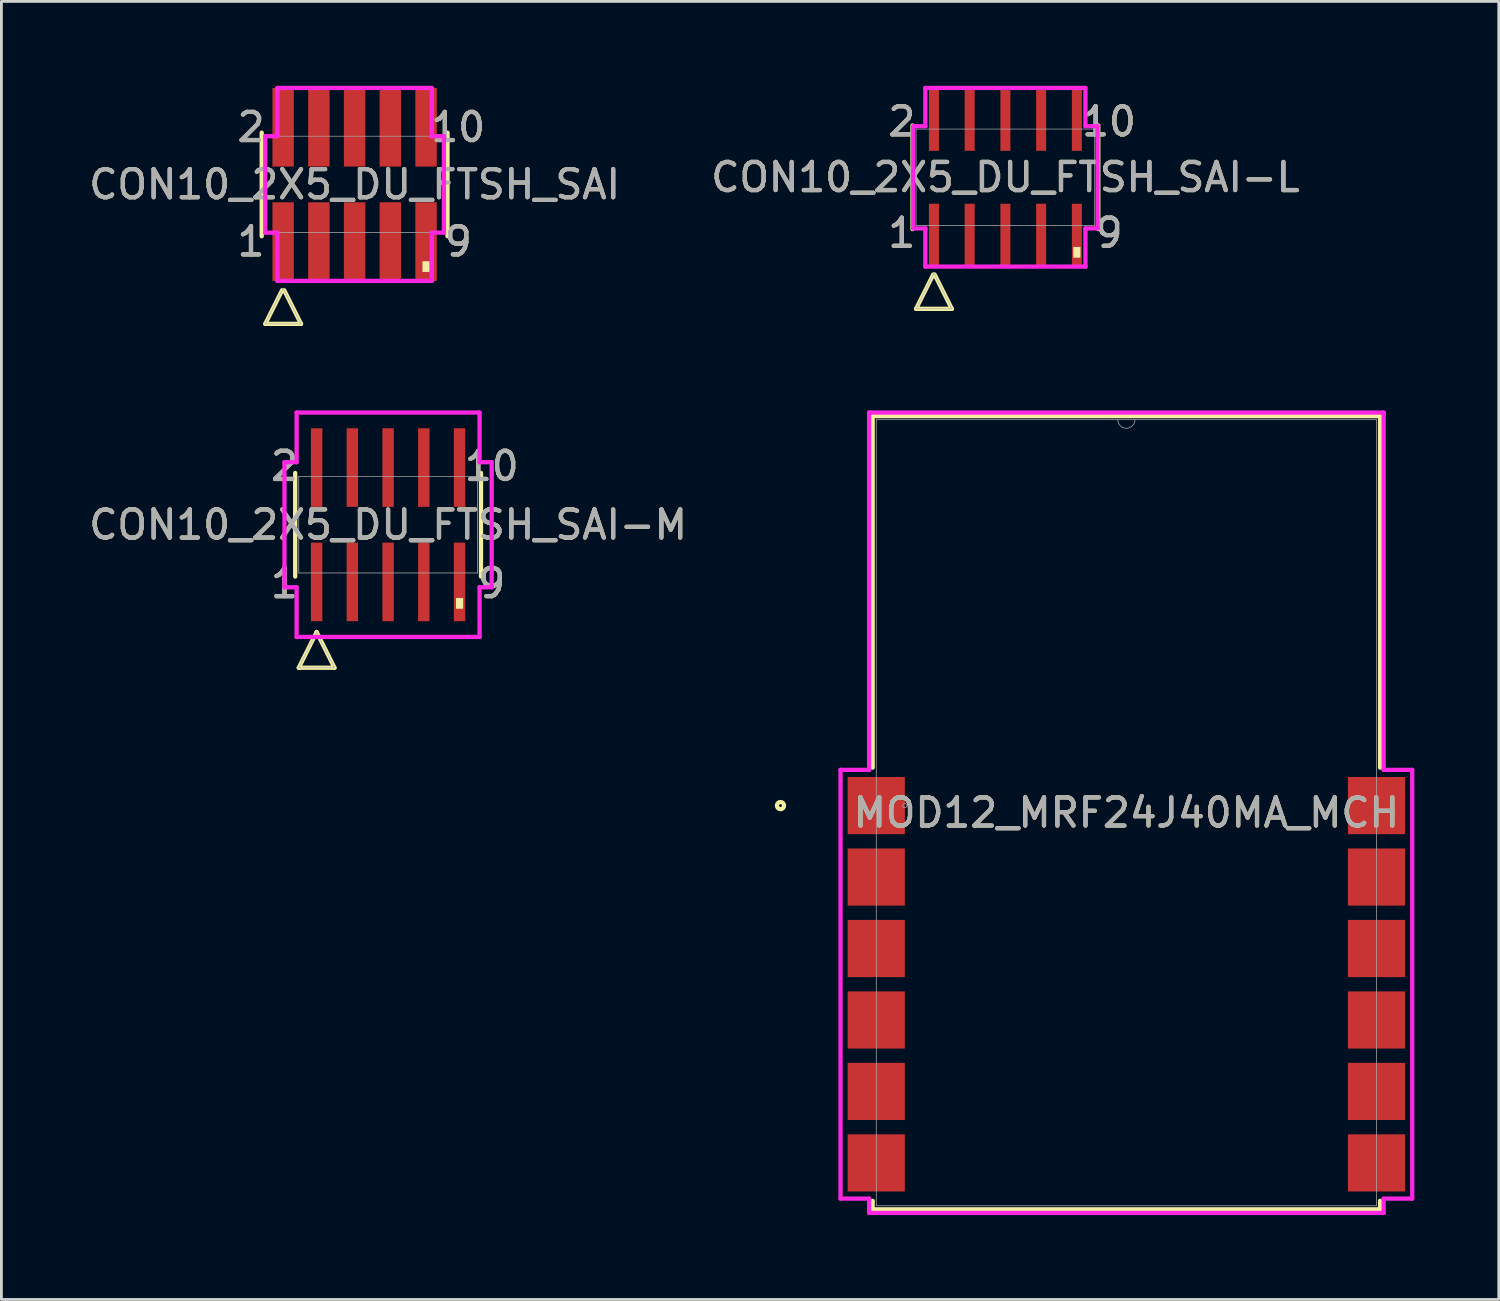
<source format=kicad_pcb>
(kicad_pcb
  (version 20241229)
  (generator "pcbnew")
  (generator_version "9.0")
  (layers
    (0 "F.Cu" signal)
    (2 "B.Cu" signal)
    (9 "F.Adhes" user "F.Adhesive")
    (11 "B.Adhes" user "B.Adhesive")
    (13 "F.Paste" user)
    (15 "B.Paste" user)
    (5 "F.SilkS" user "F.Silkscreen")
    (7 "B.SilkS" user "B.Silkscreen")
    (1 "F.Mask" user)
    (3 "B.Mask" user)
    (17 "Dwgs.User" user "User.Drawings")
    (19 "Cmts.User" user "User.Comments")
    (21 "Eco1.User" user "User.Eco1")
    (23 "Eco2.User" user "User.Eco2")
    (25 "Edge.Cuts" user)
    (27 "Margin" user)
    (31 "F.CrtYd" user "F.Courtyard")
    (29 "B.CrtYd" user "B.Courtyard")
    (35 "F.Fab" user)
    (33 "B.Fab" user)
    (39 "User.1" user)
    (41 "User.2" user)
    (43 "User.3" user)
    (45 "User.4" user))
  (footprint "CON10_2X5_DU_FTSH_SAI"
    (layer "F.Cu")
    (at 9.554 3.505)
    (property "Reference" "CON10_2X5_DU_FTSH_SAI" (at 0 0 0) (unlocked yes) (layer "F.SilkS") (effects (font (size 1 1) (thickness 0.15))))
    (attr smd)
    (fp_line (start -3.302 -1.841) (end -3.302 1.841) (stroke (width 0.152) (type solid)) (layer "F.SilkS"))
    (fp_line (start -3.175 4.956) (end -2.578 3.762) (stroke (width 0.152) (type solid)) (layer "F.SilkS"))
    (fp_line (start -2.502 3.762) (end -1.905 4.956) (stroke (width 0.152) (type solid)) (layer "F.SilkS"))
    (fp_line (start -1.905 4.956) (end -3.175 4.956) (stroke (width 0.152) (type solid)) (layer "F.SilkS"))
    (fp_line (start 3.302 1.841) (end 3.302 -1.841) (stroke (width 0.152) (type solid)) (layer "F.SilkS"))
    (fp_poly (pts (xy 2.413 2.731) (xy 2.413 3.111) (xy 2.667 3.111) (xy 2.667 2.731)) (stroke (width 0) (type solid)) (fill yes) (layer "F.SilkS"))
    (fp_line (start -3.175 -1.714) (end -2.743 -1.714) (stroke (width 0.152) (type solid)) (layer "F.CrtYd"))
    (fp_line (start -3.175 1.714) (end -3.175 -1.714) (stroke (width 0.152) (type solid)) (layer "F.CrtYd"))
    (fp_line (start -2.743 -1.714) (end -2.743 -3.429) (stroke (width 0.152) (type solid)) (layer "F.CrtYd"))
    (fp_line (start -2.743 1.714) (end -3.175 1.714) (stroke (width 0.152) (type solid)) (layer "F.CrtYd"))
    (fp_line (start -2.743 3.429) (end -2.743 1.714) (stroke (width 0.152) (type solid)) (layer "F.CrtYd"))
    (fp_line (start -2.743 3.429) (end 2.743 3.429) (stroke (width 0.152) (type solid)) (layer "F.CrtYd"))
    (fp_line (start 2.743 -3.429) (end -2.743 -3.429) (stroke (width 0.152) (type solid)) (layer "F.CrtYd"))
    (fp_line (start 2.743 -3.429) (end 2.743 -1.714) (stroke (width 0.152) (type solid)) (layer "F.CrtYd"))
    (fp_line (start 2.743 -1.714) (end 3.175 -1.714) (stroke (width 0.152) (type solid)) (layer "F.CrtYd"))
    (fp_line (start 2.743 1.714) (end 2.743 3.429) (stroke (width 0.152) (type solid)) (layer "F.CrtYd"))
    (fp_line (start 3.175 -1.714) (end 3.175 1.714) (stroke (width 0.152) (type solid)) (layer "F.CrtYd"))
    (fp_line (start 3.175 1.714) (end 2.743 1.714) (stroke (width 0.152) (type solid)) (layer "F.CrtYd"))
    (fp_line (start -3.175 -1.714) (end -3.175 1.714) (stroke (width 0.025) (type solid)) (layer "F.Fab"))
    (fp_line (start -3.175 1.714) (end 3.175 1.714) (stroke (width 0.025) (type solid)) (layer "F.Fab"))
    (fp_line (start -3.175 4.956) (end -2.54 3.686) (stroke (width 0.025) (type solid)) (layer "F.Fab"))
    (fp_line (start -2.54 3.686) (end -1.905 4.956) (stroke (width 0.025) (type solid)) (layer "F.Fab"))
    (fp_line (start -1.905 4.956) (end -3.175 4.956) (stroke (width 0.025) (type solid)) (layer "F.Fab"))
    (fp_line (start 3.175 -1.714) (end -3.175 -1.714) (stroke (width 0.025) (type solid)) (layer "F.Fab"))
    (fp_line (start 3.175 1.714) (end 3.175 -1.714) (stroke (width 0.025) (type solid)) (layer "F.Fab"))
    (fp_text user "2" (at -3.683 -2.032 0) (unlocked yes) (layer "F.SilkS") (effects (font (size 1 1) (thickness 0.15))))
    (fp_text user "1" (at -3.683 2.032 0) (unlocked yes) (layer "F.SilkS") (effects (font (size 1 1) (thickness 0.15))))
    (fp_text user "9" (at 3.683 2.032 0) (unlocked yes) (layer "F.SilkS") (effects (font (size 1 1) (thickness 0.15))))
    (fp_text user "10" (at 3.683 -2.032 0) (unlocked yes) (layer "F.SilkS") (effects (font (size 1 1) (thickness 0.15))))
    (fp_text user "10" (at 3.683 -2.032 0) (unlocked yes) (layer "F.Fab") (effects (font (size 1 1) (thickness 0.15))))
    (fp_text user "1" (at -3.683 2.032 0) (unlocked yes) (layer "F.Fab") (effects (font (size 1 1) (thickness 0.15))))
    (fp_text user "9" (at 3.683 2.032 0) (unlocked yes) (layer "F.Fab") (effects (font (size 1 1) (thickness 0.15))))
    (fp_text user "${REFERENCE}" (at 0 0 0) (unlocked yes) (layer "F.Fab") (effects (font (size 1 1) (thickness 0.15))))
    (fp_text user "2" (at -3.683 -2.032 0) (unlocked yes) (layer "F.Fab") (effects (font (size 1 1) (thickness 0.15))))
    (pad "1" smd rect (at -2.54 2.032) (size 0.762 2.794) (layers "F.Cu" "F.Mask" "F.Paste"))
    (pad "2" smd rect (at -2.54 -2.032) (size 0.762 2.794) (layers "F.Cu" "F.Mask" "F.Paste"))
    (pad "3" smd rect (at -1.27 2.032) (size 0.762 2.794) (layers "F.Cu" "F.Mask" "F.Paste"))
    (pad "4" smd rect (at -1.27 -2.032) (size 0.762 2.794) (layers "F.Cu" "F.Mask" "F.Paste"))
    (pad "5" smd rect (at 0 2.032) (size 0.762 2.794) (layers "F.Cu" "F.Mask" "F.Paste"))
    (pad "6" smd rect (at 0 -2.032) (size 0.762 2.794) (layers "F.Cu" "F.Mask" "F.Paste"))
    (pad "7" smd rect (at 1.27 2.032) (size 0.762 2.794) (layers "F.Cu" "F.Mask" "F.Paste"))
    (pad "8" smd rect (at 1.27 -2.032) (size 0.762 2.794) (layers "F.Cu" "F.Mask" "F.Paste"))
    (pad "9" smd rect (at 2.54 2.032) (size 0.762 2.794) (layers "F.Cu" "F.Mask" "F.Paste"))
    (pad "10" smd rect (at 2.54 -2.032) (size 0.762 2.794) (layers "F.Cu" "F.Mask" "F.Paste")))
  (footprint "CON10_2X5_DU_FTSH_SAI-M"
    (layer "F.Cu")
    (at 10.744 15.601)
    (property "Reference" "CON10_2X5_DU_FTSH_SAI-M" (at 0 0 0) (unlocked yes) (layer "F.SilkS") (effects (font (size 1 1) (thickness 0.15))))
    (attr smd)
    (fp_line (start -3.302 -1.841) (end -3.302 1.841) (stroke (width 0.152) (type solid)) (layer "F.SilkS"))
    (fp_line (start -3.175 5.083) (end -2.54 3.813) (stroke (width 0.152) (type solid)) (layer "F.SilkS"))
    (fp_line (start -2.54 3.813) (end -1.905 5.083) (stroke (width 0.152) (type solid)) (layer "F.SilkS"))
    (fp_line (start -1.905 5.083) (end -3.175 5.083) (stroke (width 0.152) (type solid)) (layer "F.SilkS"))
    (fp_line (start 3.302 1.841) (end 3.302 -1.841) (stroke (width 0.152) (type solid)) (layer "F.SilkS"))
    (fp_poly (pts (xy 2.413 2.603) (xy 2.413 2.985) (xy 2.667 2.985) (xy 2.667 2.603)) (stroke (width 0) (type solid)) (fill yes) (layer "F.SilkS"))
    (fp_line (start -3.683 -2.223) (end -3.251 -2.223) (stroke (width 0.152) (type solid)) (layer "F.CrtYd"))
    (fp_line (start -3.683 2.223) (end -3.683 -2.223) (stroke (width 0.152) (type solid)) (layer "F.CrtYd"))
    (fp_line (start -3.251 -2.223) (end -3.251 -3.988) (stroke (width 0.152) (type solid)) (layer "F.CrtYd"))
    (fp_line (start -3.251 2.223) (end -3.683 2.223) (stroke (width 0.152) (type solid)) (layer "F.CrtYd"))
    (fp_line (start -3.251 3.988) (end -3.251 2.223) (stroke (width 0.152) (type solid)) (layer "F.CrtYd"))
    (fp_line (start -3.251 3.988) (end 3.251 3.988) (stroke (width 0.152) (type solid)) (layer "F.CrtYd"))
    (fp_line (start 3.251 -3.988) (end -3.251 -3.988) (stroke (width 0.152) (type solid)) (layer "F.CrtYd"))
    (fp_line (start 3.251 -3.988) (end 3.251 -2.223) (stroke (width 0.152) (type solid)) (layer "F.CrtYd"))
    (fp_line (start 3.251 -2.223) (end 3.683 -2.223) (stroke (width 0.152) (type solid)) (layer "F.CrtYd"))
    (fp_line (start 3.251 2.223) (end 3.251 3.988) (stroke (width 0.152) (type solid)) (layer "F.CrtYd"))
    (fp_line (start 3.683 -2.223) (end 3.683 2.223) (stroke (width 0.152) (type solid)) (layer "F.CrtYd"))
    (fp_line (start 3.683 2.223) (end 3.251 2.223) (stroke (width 0.152) (type solid)) (layer "F.CrtYd"))
    (fp_line (start -3.175 -1.714) (end -3.175 1.714) (stroke (width 0.025) (type solid)) (layer "F.Fab"))
    (fp_line (start -3.175 1.714) (end 3.175 1.714) (stroke (width 0.025) (type solid)) (layer "F.Fab"))
    (fp_line (start -3.175 5.083) (end -2.54 3.813) (stroke (width 0.025) (type solid)) (layer "F.Fab"))
    (fp_line (start -2.54 3.813) (end -1.905 5.083) (stroke (width 0.025) (type solid)) (layer "F.Fab"))
    (fp_line (start -1.905 5.083) (end -3.175 5.083) (stroke (width 0.025) (type solid)) (layer "F.Fab"))
    (fp_line (start 3.175 -1.714) (end -3.175 -1.714) (stroke (width 0.025) (type solid)) (layer "F.Fab"))
    (fp_line (start 3.175 1.714) (end 3.175 -1.714) (stroke (width 0.025) (type solid)) (layer "F.Fab"))
    (fp_text user "2" (at -3.683 -2.083 0) (unlocked yes) (layer "F.SilkS") (effects (font (size 1 1) (thickness 0.15))))
    (fp_text user "10" (at 3.683 -2.083 0) (unlocked yes) (layer "F.SilkS") (effects (font (size 1 1) (thickness 0.15))))
    (fp_text user "9" (at 3.683 2.083 0) (unlocked yes) (layer "F.SilkS") (effects (font (size 1 1) (thickness 0.15))))
    (fp_text user "1" (at -3.683 2.083 0) (unlocked yes) (layer "F.SilkS") (effects (font (size 1 1) (thickness 0.15))))
    (fp_text user "9" (at 3.683 2.083 0) (unlocked yes) (layer "F.Fab") (effects (font (size 1 1) (thickness 0.15))))
    (fp_text user "1" (at -3.683 2.083 0) (unlocked yes) (layer "F.Fab") (effects (font (size 1 1) (thickness 0.15))))
    (fp_text user "2" (at -3.683 -2.083 0) (unlocked yes) (layer "F.Fab") (effects (font (size 1 1) (thickness 0.15))))
    (fp_text user "10" (at 3.683 -2.083 0) (unlocked yes) (layer "F.Fab") (effects (font (size 1 1) (thickness 0.15))))
    (fp_text user "${REFERENCE}" (at 0 0 0) (unlocked yes) (layer "F.Fab") (effects (font (size 1 1) (thickness 0.15))))
    (pad "1" smd rect (at -2.54 2.032) (size 0.406 2.794) (layers "F.Cu" "F.Mask" "F.Paste"))
    (pad "2" smd rect (at -2.54 -2.032) (size 0.406 2.794) (layers "F.Cu" "F.Mask" "F.Paste"))
    (pad "3" smd rect (at -1.27 2.032) (size 0.406 2.794) (layers "F.Cu" "F.Mask" "F.Paste"))
    (pad "4" smd rect (at -1.27 -2.032) (size 0.406 2.794) (layers "F.Cu" "F.Mask" "F.Paste"))
    (pad "5" smd rect (at 0 2.032) (size 0.406 2.794) (layers "F.Cu" "F.Mask" "F.Paste"))
    (pad "6" smd rect (at 0 -2.032) (size 0.406 2.794) (layers "F.Cu" "F.Mask" "F.Paste"))
    (pad "7" smd rect (at 1.27 2.032) (size 0.406 2.794) (layers "F.Cu" "F.Mask" "F.Paste"))
    (pad "8" smd rect (at 1.27 -2.032) (size 0.406 2.794) (layers "F.Cu" "F.Mask" "F.Paste"))
    (pad "9" smd rect (at 2.54 2.032) (size 0.406 2.794) (layers "F.Cu" "F.Mask" "F.Paste"))
    (pad "10" smd rect (at 2.54 -2.032) (size 0.406 2.794) (layers "F.Cu" "F.Mask" "F.Paste")))
  (footprint "CON10_2X5_DU_FTSH_SAI-L"
    (layer "F.Cu")
    (at 32.685 3.251)
    (property "Reference" "CON10_2X5_DU_FTSH_SAI-L" (at 0 0 0) (unlocked yes) (layer "F.SilkS") (effects (font (size 1 1) (thickness 0.15))))
    (attr smd)
    (fp_line (start -3.302 -1.841) (end -3.302 1.841) (stroke (width 0.152) (type solid)) (layer "F.SilkS"))
    (fp_line (start -3.175 4.676) (end -2.565 3.457) (stroke (width 0.152) (type solid)) (layer "F.SilkS"))
    (fp_line (start -2.515 3.457) (end -1.905 4.676) (stroke (width 0.152) (type solid)) (layer "F.SilkS"))
    (fp_line (start -1.905 4.676) (end -3.175 4.676) (stroke (width 0.152) (type solid)) (layer "F.SilkS"))
    (fp_line (start 3.302 1.841) (end 3.302 -1.841) (stroke (width 0.152) (type solid)) (layer "F.SilkS"))
    (fp_poly (pts (xy 2.413 2.477) (xy 2.413 2.857) (xy 2.667 2.857) (xy 2.667 2.477)) (stroke (width 0) (type solid)) (fill yes) (layer "F.SilkS"))
    (fp_line (start -3.277 -1.816) (end -2.845 -1.816) (stroke (width 0.152) (type solid)) (layer "F.CrtYd"))
    (fp_line (start -3.277 1.816) (end -3.277 -1.816) (stroke (width 0.152) (type solid)) (layer "F.CrtYd"))
    (fp_line (start -2.845 -1.816) (end -2.845 -3.175) (stroke (width 0.152) (type solid)) (layer "F.CrtYd"))
    (fp_line (start -2.845 1.816) (end -3.277 1.816) (stroke (width 0.152) (type solid)) (layer "F.CrtYd"))
    (fp_line (start -2.845 3.175) (end -2.845 1.816) (stroke (width 0.152) (type solid)) (layer "F.CrtYd"))
    (fp_line (start -2.845 3.175) (end 2.845 3.175) (stroke (width 0.152) (type solid)) (layer "F.CrtYd"))
    (fp_line (start 2.845 -3.175) (end -2.845 -3.175) (stroke (width 0.152) (type solid)) (layer "F.CrtYd"))
    (fp_line (start 2.845 -3.175) (end 2.845 -1.816) (stroke (width 0.152) (type solid)) (layer "F.CrtYd"))
    (fp_line (start 2.845 -1.816) (end 3.277 -1.816) (stroke (width 0.152) (type solid)) (layer "F.CrtYd"))
    (fp_line (start 2.845 1.816) (end 2.845 3.175) (stroke (width 0.152) (type solid)) (layer "F.CrtYd"))
    (fp_line (start 3.277 -1.816) (end 3.277 1.816) (stroke (width 0.152) (type solid)) (layer "F.CrtYd"))
    (fp_line (start 3.277 1.816) (end 2.845 1.816) (stroke (width 0.152) (type solid)) (layer "F.CrtYd"))
    (fp_line (start -3.175 -1.714) (end -3.175 1.714) (stroke (width 0.025) (type solid)) (layer "F.Fab"))
    (fp_line (start -3.175 1.714) (end 3.175 1.714) (stroke (width 0.025) (type solid)) (layer "F.Fab"))
    (fp_line (start -3.175 4.676) (end -2.54 3.406) (stroke (width 0.025) (type solid)) (layer "F.Fab"))
    (fp_line (start -2.54 3.406) (end -1.905 4.676) (stroke (width 0.025) (type solid)) (layer "F.Fab"))
    (fp_line (start -1.905 4.676) (end -3.175 4.676) (stroke (width 0.025) (type solid)) (layer "F.Fab"))
    (fp_line (start 3.175 -1.714) (end -3.175 -1.714) (stroke (width 0.025) (type solid)) (layer "F.Fab"))
    (fp_line (start 3.175 1.714) (end 3.175 -1.714) (stroke (width 0.025) (type solid)) (layer "F.Fab"))
    (fp_text user "10" (at 3.683 -1.981 0) (unlocked yes) (layer "F.SilkS") (effects (font (size 1 1) (thickness 0.15))))
    (fp_text user "2" (at -3.683 -1.981 0) (unlocked yes) (layer "F.SilkS") (effects (font (size 1 1) (thickness 0.15))))
    (fp_text user "1" (at -3.683 1.981 0) (unlocked yes) (layer "F.SilkS") (effects (font (size 1 1) (thickness 0.15))))
    (fp_text user "9" (at 3.683 1.981 0) (unlocked yes) (layer "F.SilkS") (effects (font (size 1 1) (thickness 0.15))))
    (fp_text user "2" (at -3.683 -1.981 0) (unlocked yes) (layer "F.Fab") (effects (font (size 1 1) (thickness 0.15))))
    (fp_text user "9" (at 3.683 1.981 0) (unlocked yes) (layer "F.Fab") (effects (font (size 1 1) (thickness 0.15))))
    (fp_text user "10" (at 3.683 -1.981 0) (unlocked yes) (layer "F.Fab") (effects (font (size 1 1) (thickness 0.15))))
    (fp_text user "1" (at -3.683 1.981 0) (unlocked yes) (layer "F.Fab") (effects (font (size 1 1) (thickness 0.15))))
    (fp_text user "${REFERENCE}" (at 0 0 0) (unlocked yes) (layer "F.Fab") (effects (font (size 1 1) (thickness 0.15))))
    (pad "1" smd rect (at -2.54 2.032) (size 0.356 2.184) (layers "F.Cu" "F.Mask" "F.Paste"))
    (pad "2" smd rect (at -2.54 -2.032) (size 0.356 2.184) (layers "F.Cu" "F.Mask" "F.Paste"))
    (pad "3" smd rect (at -1.27 2.032) (size 0.356 2.184) (layers "F.Cu" "F.Mask" "F.Paste"))
    (pad "4" smd rect (at -1.27 -2.032) (size 0.356 2.184) (layers "F.Cu" "F.Mask" "F.Paste"))
    (pad "5" smd rect (at 0 2.032) (size 0.356 2.184) (layers "F.Cu" "F.Mask" "F.Paste"))
    (pad "6" smd rect (at 0 -2.032) (size 0.356 2.184) (layers "F.Cu" "F.Mask" "F.Paste"))
    (pad "7" smd rect (at 1.27 2.032) (size 0.356 2.184) (layers "F.Cu" "F.Mask" "F.Paste"))
    (pad "8" smd rect (at 1.27 -2.032) (size 0.356 2.184) (layers "F.Cu" "F.Mask" "F.Paste"))
    (pad "9" smd rect (at 2.54 2.032) (size 0.356 2.184) (layers "F.Cu" "F.Mask" "F.Paste"))
    (pad "10" smd rect (at 2.54 -2.032) (size 0.356 2.184) (layers "F.Cu" "F.Mask" "F.Paste")))
  (footprint "MOD12_MRF24J40MA_MCH"
    (layer "F.Cu")
    (at 36.985 25.837)
    (property "Reference" "MOD12_MRF24J40MA_MCH" (at 0 0 0) (unlocked yes) (layer "F.SilkS") (effects (font (size 1 1) (thickness 0.15))))
    (attr smd)
    (fp_line (start -9.017 -14.097) (end -9.017 -1.603) (stroke (width 0.152) (type solid)) (layer "F.SilkS"))
    (fp_line (start -9.017 13.795) (end -9.017 14.097) (stroke (width 0.152) (type solid)) (layer "F.SilkS"))
    (fp_line (start -9.017 14.097) (end 9.017 14.097) (stroke (width 0.152) (type solid)) (layer "F.SilkS"))
    (fp_line (start 9.017 -14.097) (end -9.017 -14.097) (stroke (width 0.152) (type solid)) (layer "F.SilkS"))
    (fp_line (start 9.017 -1.603) (end 9.017 -14.097) (stroke (width 0.152) (type solid)) (layer "F.SilkS"))
    (fp_line (start 9.017 14.097) (end 9.017 13.795) (stroke (width 0.152) (type solid)) (layer "F.SilkS"))
    (fp_circle (center -12.294 -0.254) (end -12.167 -0.254) (stroke (width 0.152) (type solid)) (fill no) (layer "F.SilkS"))
    (fp_poly (pts (xy -8.89 -13.97) (xy -8.89 -2.032) (xy 8.89 -2.032) (xy 8.89 -13.97)) (stroke (width 0.1) (type solid)) (fill no) (layer "Eco2.User"))
    (fp_poly (pts (xy -3.81 1.524) (xy -3.81 -2.032) (xy 1.524 -2.032) (xy 1.524 1.524)) (stroke (width 0.1) (type solid)) (fill no) (layer "Eco2.User"))
    (fp_line (start -10.16 -1.524) (end -10.16 13.716) (stroke (width 0.152) (type solid)) (layer "F.CrtYd"))
    (fp_line (start -10.16 13.716) (end -9.144 13.716) (stroke (width 0.152) (type solid)) (layer "F.CrtYd"))
    (fp_line (start -9.144 -14.224) (end -9.144 -1.524) (stroke (width 0.152) (type solid)) (layer "F.CrtYd"))
    (fp_line (start -9.144 -1.524) (end -10.16 -1.524) (stroke (width 0.152) (type solid)) (layer "F.CrtYd"))
    (fp_line (start -9.144 13.716) (end -9.144 14.224) (stroke (width 0.152) (type solid)) (layer "F.CrtYd"))
    (fp_line (start -9.144 14.224) (end 9.144 14.224) (stroke (width 0.152) (type solid)) (layer "F.CrtYd"))
    (fp_line (start 9.144 -14.224) (end -9.144 -14.224) (stroke (width 0.152) (type solid)) (layer "F.CrtYd"))
    (fp_line (start 9.144 -1.524) (end 9.144 -14.224) (stroke (width 0.152) (type solid)) (layer "F.CrtYd"))
    (fp_line (start 9.144 13.716) (end 10.16 13.716) (stroke (width 0.152) (type solid)) (layer "F.CrtYd"))
    (fp_line (start 9.144 14.224) (end 9.144 13.716) (stroke (width 0.152) (type solid)) (layer "F.CrtYd"))
    (fp_line (start 10.16 -1.524) (end 9.144 -1.524) (stroke (width 0.152) (type solid)) (layer "F.CrtYd"))
    (fp_line (start 10.16 13.716) (end 10.16 -1.524) (stroke (width 0.152) (type solid)) (layer "F.CrtYd"))
    (fp_line (start -8.89 -13.97) (end -8.89 13.97) (stroke (width 0.025) (type solid)) (layer "F.Fab"))
    (fp_line (start -8.89 13.97) (end 8.89 13.97) (stroke (width 0.025) (type solid)) (layer "F.Fab"))
    (fp_line (start 8.89 -13.97) (end -8.89 -13.97) (stroke (width 0.025) (type solid)) (layer "F.Fab"))
    (fp_line (start 8.89 13.97) (end 8.89 -13.97) (stroke (width 0.025) (type solid)) (layer "F.Fab"))
    (fp_arc (start 0.3048 -13.97) (mid 0 -13.6652) (end -0.3048 -13.97) (stroke (width 0.0254) (type solid)) (layer "F.Fab"))
    (fp_circle (center -7.874 -0.254) (end -7.798 -0.254) (stroke (width 0.025) (type solid)) (fill no) (layer "F.Fab"))
    (fp_text user "${REFERENCE}" (at 0 0 0) (unlocked yes) (layer "F.Fab") (effects (font (size 1 1) (thickness 0.15))))
    (pad "1" smd rect (at -8.89 -0.254) (size 2.032 2.032) (layers "F.Cu" "F.Mask" "F.Paste"))
    (pad "2" smd rect (at -8.89 2.286) (size 2.032 2.032) (layers "F.Cu" "F.Mask" "F.Paste"))
    (pad "3" smd rect (at -8.89 4.826) (size 2.032 2.032) (layers "F.Cu" "F.Mask" "F.Paste"))
    (pad "4" smd rect (at -8.89 7.366) (size 2.032 2.032) (layers "F.Cu" "F.Mask" "F.Paste"))
    (pad "5" smd rect (at -8.89 9.906) (size 2.032 2.032) (layers "F.Cu" "F.Mask" "F.Paste"))
    (pad "6" smd rect (at -8.89 12.446) (size 2.032 2.032) (layers "F.Cu" "F.Mask" "F.Paste"))
    (pad "7" smd rect (at 8.89 12.446) (size 2.032 2.032) (layers "F.Cu" "F.Mask" "F.Paste"))
    (pad "8" smd rect (at 8.89 9.906) (size 2.032 2.032) (layers "F.Cu" "F.Mask" "F.Paste"))
    (pad "9" smd rect (at 8.89 7.366) (size 2.032 2.032) (layers "F.Cu" "F.Mask" "F.Paste"))
    (pad "10" smd rect (at 8.89 4.826) (size 2.032 2.032) (layers "F.Cu" "F.Mask" "F.Paste"))
    (pad "11" smd rect (at 8.89 2.286) (size 2.032 2.032) (layers "F.Cu" "F.Mask" "F.Paste"))
    (pad "12" smd rect (at 8.89 -0.254) (size 2.032 2.032) (layers "F.Cu" "F.Mask" "F.Paste")))
  (gr_rect
    (start -3 -3)
    (end 50.221 43.137)
    (stroke (width 0.1) (type default))
    (fill no)
    (layer "Edge.Cuts")))
</source>
